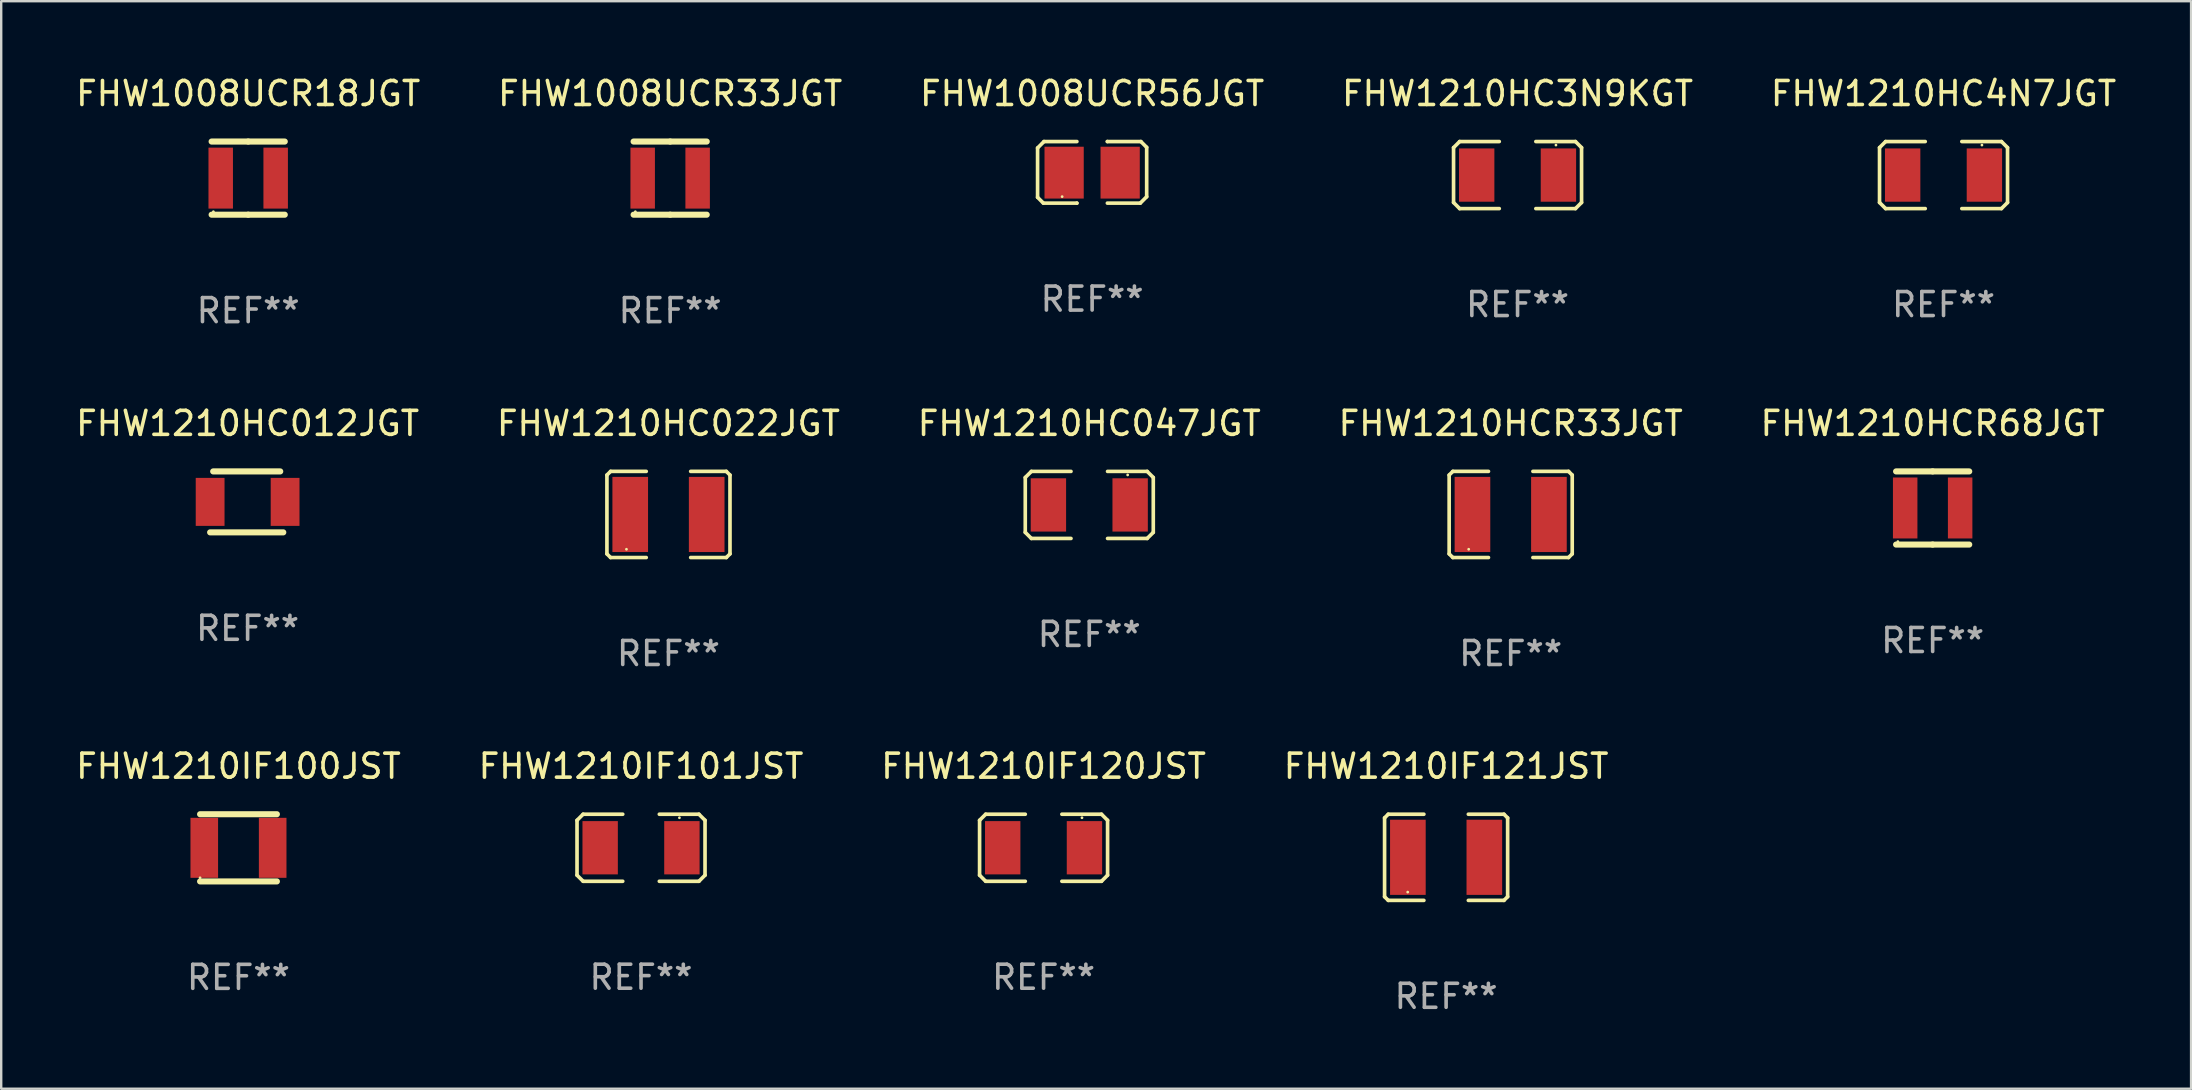
<source format=kicad_pcb>
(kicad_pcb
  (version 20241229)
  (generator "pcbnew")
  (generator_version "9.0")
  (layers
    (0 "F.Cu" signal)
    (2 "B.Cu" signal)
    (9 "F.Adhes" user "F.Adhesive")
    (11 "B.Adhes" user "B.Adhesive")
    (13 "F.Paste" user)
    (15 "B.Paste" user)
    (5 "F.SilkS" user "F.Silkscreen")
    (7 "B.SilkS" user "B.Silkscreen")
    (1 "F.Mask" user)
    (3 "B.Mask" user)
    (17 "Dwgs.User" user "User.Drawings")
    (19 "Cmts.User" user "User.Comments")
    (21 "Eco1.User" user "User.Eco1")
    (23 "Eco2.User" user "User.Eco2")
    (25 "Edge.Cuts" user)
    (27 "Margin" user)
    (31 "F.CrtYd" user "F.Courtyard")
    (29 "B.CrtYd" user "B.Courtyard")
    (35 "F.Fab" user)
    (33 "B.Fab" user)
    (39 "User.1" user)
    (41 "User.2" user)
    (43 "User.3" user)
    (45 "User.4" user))
  (footprint "FHW1210HC4N7JGT"
    (layer "F.Cu")
    (at 77.935 4.245)
    (property "Reference" "FHW1210HC4N7JGT" (at 0 -3.397 0) (layer "F.SilkS") (effects (font (size 1 1) (thickness 0.15))))
    (attr through_hole)
    (fp_line (start -2.667 -1.143) (end -2.413 -1.397) (stroke (width 0.152) (type solid)) (layer "F.SilkS"))
    (fp_line (start -2.667 1.143) (end -2.667 -1.143) (stroke (width 0.152) (type solid)) (layer "F.SilkS"))
    (fp_line (start -2.413 -1.397) (end -0.762 -1.397) (stroke (width 0.152) (type solid)) (layer "F.SilkS"))
    (fp_line (start -2.413 1.397) (end -2.667 1.143) (stroke (width 0.152) (type solid)) (layer "F.SilkS"))
    (fp_line (start -0.762 1.397) (end -2.413 1.397) (stroke (width 0.152) (type solid)) (layer "F.SilkS"))
    (fp_line (start 0.762 -1.397) (end 2.413 -1.397) (stroke (width 0.152) (type solid)) (layer "F.SilkS"))
    (fp_line (start 2.413 -1.397) (end 2.667 -1.143) (stroke (width 0.152) (type solid)) (layer "F.SilkS"))
    (fp_line (start 2.413 1.397) (end 0.762 1.397) (stroke (width 0.152) (type solid)) (layer "F.SilkS"))
    (fp_line (start 2.667 -1.143) (end 2.667 1.143) (stroke (width 0.152) (type solid)) (layer "F.SilkS"))
    (fp_line (start 2.667 1.143) (end 2.413 1.397) (stroke (width 0.152) (type solid)) (layer "F.SilkS"))
    (fp_circle (center 1.6 -1.25) (end 1.63 -1.25) (stroke (width 0.06) (type solid)) (fill no) (layer "F.SilkS"))
    (fp_text user "REF**" (at 0 5.397 0) (layer "F.Fab") (effects (font (size 1 1) (thickness 0.15))))
    (pad "1" smd rect (at 1.703 0) (size 1.474 2.22) (layers "F.Cu" "F.Mask" "F.Paste"))
    (pad "2" smd rect (at -1.703 0) (size 1.474 2.22) (layers "F.Cu" "F.Mask" "F.Paste")))
  (footprint "FHW1210IF121JST"
    (layer "F.Cu")
    (at 57.208 32.673)
    (property "Reference" "FHW1210IF121JST" (at 0 -3.795 0) (layer "F.SilkS") (effects (font (size 1 1) (thickness 0.15))))
    (attr through_hole)
    (fp_line (start -2.564 -1.642) (end -2.564 1.642) (stroke (width 0.152) (type solid)) (layer "F.SilkS"))
    (fp_line (start -2.564 1.642) (end -2.411 1.795) (stroke (width 0.152) (type solid)) (layer "F.SilkS"))
    (fp_line (start -2.411 -1.795) (end -2.564 -1.642) (stroke (width 0.152) (type solid)) (layer "F.SilkS"))
    (fp_line (start -2.411 1.795) (end -0.926 1.795) (stroke (width 0.152) (type solid)) (layer "F.SilkS"))
    (fp_line (start -0.926 -1.795) (end -2.411 -1.795) (stroke (width 0.152) (type solid)) (layer "F.SilkS"))
    (fp_line (start 0.926 -1.795) (end 2.411 -1.795) (stroke (width 0.152) (type solid)) (layer "F.SilkS"))
    (fp_line (start 2.411 -1.795) (end 2.564 -1.642) (stroke (width 0.152) (type solid)) (layer "F.SilkS"))
    (fp_line (start 2.411 1.795) (end 0.926 1.795) (stroke (width 0.152) (type solid)) (layer "F.SilkS"))
    (fp_line (start 2.564 -1.642) (end 2.564 1.642) (stroke (width 0.152) (type solid)) (layer "F.SilkS"))
    (fp_line (start 2.564 1.642) (end 2.411 1.795) (stroke (width 0.152) (type solid)) (layer "F.SilkS"))
    (fp_circle (center -1.6 1.45) (end -1.57 1.45) (stroke (width 0.06) (type solid)) (fill no) (layer "F.SilkS"))
    (fp_text user "REF**" (at 0 5.795 0) (layer "F.Fab") (effects (font (size 1 1) (thickness 0.15))))
    (pad "1" smd rect (at -1.593 0) (size 1.485 3.132) (layers "F.Cu" "F.Mask" "F.Paste"))
    (pad "2" smd rect (at 1.593 0) (size 1.485 3.132) (layers "F.Cu" "F.Mask" "F.Paste")))
  (footprint "FHW1008UCR33JGT"
    (layer "F.Cu")
    (at 24.875 4.372)
    (property "Reference" "FHW1008UCR33JGT" (at 0 -3.524 0) (layer "F.SilkS") (effects (font (size 1 1) (thickness 0.15))))
    (attr through_hole)
    (fp_line (start -1.524 -1.524) (end 0 -1.524) (stroke (width 0.254) (type solid)) (layer "F.SilkS"))
    (fp_line (start 0 -1.524) (end 1.524 -1.524) (stroke (width 0.254) (type solid)) (layer "F.SilkS"))
    (fp_line (start 0 1.524) (end -1.524 1.524) (stroke (width 0.254) (type solid)) (layer "F.SilkS"))
    (fp_line (start 1.524 1.524) (end 0 1.524) (stroke (width 0.254) (type solid)) (layer "F.SilkS"))
    (fp_circle (center -1.45 1.4) (end -1.42 1.4) (stroke (width 0.06) (type solid)) (fill no) (layer "F.SilkS"))
    (fp_text user "REF**" (at 0 5.524 0) (layer "F.Fab") (effects (font (size 1 1) (thickness 0.15))))
    (pad "1" smd rect (at -1.145 0) (size 1.02 2.54) (layers "F.Cu" "F.Mask" "F.Paste"))
    (pad "2" smd rect (at 1.145 0) (size 1.02 2.54) (layers "F.Cu" "F.Mask" "F.Paste")))
  (footprint "FHW1210HCR33JGT"
    (layer "F.Cu")
    (at 59.899 18.387)
    (property "Reference" "FHW1210HCR33JGT" (at 0 -3.795 0) (layer "F.SilkS") (effects (font (size 1 1) (thickness 0.15))))
    (attr through_hole)
    (fp_line (start -2.564 -1.642) (end -2.564 1.642) (stroke (width 0.152) (type solid)) (layer "F.SilkS"))
    (fp_line (start -2.564 1.642) (end -2.411 1.795) (stroke (width 0.152) (type solid)) (layer "F.SilkS"))
    (fp_line (start -2.411 -1.795) (end -2.564 -1.642) (stroke (width 0.152) (type solid)) (layer "F.SilkS"))
    (fp_line (start -2.411 1.795) (end -0.926 1.795) (stroke (width 0.152) (type solid)) (layer "F.SilkS"))
    (fp_line (start -0.926 -1.795) (end -2.411 -1.795) (stroke (width 0.152) (type solid)) (layer "F.SilkS"))
    (fp_line (start 0.926 -1.795) (end 2.411 -1.795) (stroke (width 0.152) (type solid)) (layer "F.SilkS"))
    (fp_line (start 2.411 -1.795) (end 2.564 -1.642) (stroke (width 0.152) (type solid)) (layer "F.SilkS"))
    (fp_line (start 2.411 1.795) (end 0.926 1.795) (stroke (width 0.152) (type solid)) (layer "F.SilkS"))
    (fp_line (start 2.564 -1.642) (end 2.564 1.642) (stroke (width 0.152) (type solid)) (layer "F.SilkS"))
    (fp_line (start 2.564 1.642) (end 2.411 1.795) (stroke (width 0.152) (type solid)) (layer "F.SilkS"))
    (fp_circle (center -1.75 1.45) (end -1.72 1.45) (stroke (width 0.06) (type solid)) (fill no) (layer "F.SilkS"))
    (fp_text user "REF**" (at 0 5.795 0) (layer "F.Fab") (effects (font (size 1 1) (thickness 0.15))))
    (pad "1" smd rect (at -1.593 0.000076) (size 1.485 3.132) (layers "F.Cu" "F.Mask" "F.Paste"))
    (pad "2" smd rect (at 1.593 0.000076) (size 1.485 3.132) (layers "F.Cu" "F.Mask" "F.Paste")))
  (footprint "FHW1210IF120JST"
    (layer "F.Cu")
    (at 40.435 32.275)
    (property "Reference" "FHW1210IF120JST" (at 0 -3.397 0) (layer "F.SilkS") (effects (font (size 1 1) (thickness 0.15))))
    (attr through_hole)
    (fp_line (start -2.667 -1.143) (end -2.413 -1.397) (stroke (width 0.152) (type solid)) (layer "F.SilkS"))
    (fp_line (start -2.667 1.143) (end -2.667 -1.143) (stroke (width 0.152) (type solid)) (layer "F.SilkS"))
    (fp_line (start -2.413 -1.397) (end -0.762 -1.397) (stroke (width 0.152) (type solid)) (layer "F.SilkS"))
    (fp_line (start -2.413 1.397) (end -2.667 1.143) (stroke (width 0.152) (type solid)) (layer "F.SilkS"))
    (fp_line (start -0.762 1.397) (end -2.413 1.397) (stroke (width 0.152) (type solid)) (layer "F.SilkS"))
    (fp_line (start 0.762 -1.397) (end 2.413 -1.397) (stroke (width 0.152) (type solid)) (layer "F.SilkS"))
    (fp_line (start 2.413 -1.397) (end 2.667 -1.143) (stroke (width 0.152) (type solid)) (layer "F.SilkS"))
    (fp_line (start 2.413 1.397) (end 0.762 1.397) (stroke (width 0.152) (type solid)) (layer "F.SilkS"))
    (fp_line (start 2.667 -1.143) (end 2.667 1.143) (stroke (width 0.152) (type solid)) (layer "F.SilkS"))
    (fp_line (start 2.667 1.143) (end 2.413 1.397) (stroke (width 0.152) (type solid)) (layer "F.SilkS"))
    (fp_circle (center 1.6 -1.25) (end 1.63 -1.25) (stroke (width 0.06) (type solid)) (fill no) (layer "F.SilkS"))
    (fp_text user "REF**" (at 0 5.397 0) (layer "F.Fab") (effects (font (size 1 1) (thickness 0.15))))
    (pad "1" smd rect (at 1.703 0) (size 1.474 2.22) (layers "F.Cu" "F.Mask" "F.Paste"))
    (pad "2" smd rect (at -1.703 0) (size 1.474 2.22) (layers "F.Cu" "F.Mask" "F.Paste")))
  (footprint "FHW1210HC047JGT"
    (layer "F.Cu")
    (at 42.339 17.99)
    (property "Reference" "FHW1210HC047JGT" (at 0 -3.397 0) (layer "F.SilkS") (effects (font (size 1 1) (thickness 0.15))))
    (attr through_hole)
    (fp_line (start -2.667 -1.143) (end -2.413 -1.397) (stroke (width 0.152) (type solid)) (layer "F.SilkS"))
    (fp_line (start -2.667 1.143) (end -2.667 -1.143) (stroke (width 0.152) (type solid)) (layer "F.SilkS"))
    (fp_line (start -2.413 -1.397) (end -0.762 -1.397) (stroke (width 0.152) (type solid)) (layer "F.SilkS"))
    (fp_line (start -2.413 1.397) (end -2.667 1.143) (stroke (width 0.152) (type solid)) (layer "F.SilkS"))
    (fp_line (start -0.762 1.397) (end -2.413 1.397) (stroke (width 0.152) (type solid)) (layer "F.SilkS"))
    (fp_line (start 0.762 -1.397) (end 2.413 -1.397) (stroke (width 0.152) (type solid)) (layer "F.SilkS"))
    (fp_line (start 2.413 -1.397) (end 2.667 -1.143) (stroke (width 0.152) (type solid)) (layer "F.SilkS"))
    (fp_line (start 2.413 1.397) (end 0.762 1.397) (stroke (width 0.152) (type solid)) (layer "F.SilkS"))
    (fp_line (start 2.667 -1.143) (end 2.667 1.143) (stroke (width 0.152) (type solid)) (layer "F.SilkS"))
    (fp_line (start 2.667 1.143) (end 2.413 1.397) (stroke (width 0.152) (type solid)) (layer "F.SilkS"))
    (fp_circle (center 1.6 -1.25) (end 1.63 -1.25) (stroke (width 0.06) (type solid)) (fill no) (layer "F.SilkS"))
    (fp_text user "REF**" (at 0 5.397 0) (layer "F.Fab") (effects (font (size 1 1) (thickness 0.15))))
    (pad "1" smd rect (at 1.703 0) (size 1.474 2.22) (layers "F.Cu" "F.Mask" "F.Paste"))
    (pad "2" smd rect (at -1.703 0) (size 1.474 2.22) (layers "F.Cu" "F.Mask" "F.Paste")))
  (footprint "FHW1210HCR68JGT"
    (layer "F.Cu")
    (at 77.482 18.117)
    (property "Reference" "FHW1210HCR68JGT" (at 0 -3.524 0) (layer "F.SilkS") (effects (font (size 1 1) (thickness 0.15))))
    (attr through_hole)
    (fp_line (start -1.524 -1.524) (end 0 -1.524) (stroke (width 0.254) (type solid)) (layer "F.SilkS"))
    (fp_line (start 0 -1.524) (end 1.524 -1.524) (stroke (width 0.254) (type solid)) (layer "F.SilkS"))
    (fp_line (start 0 1.524) (end -1.524 1.524) (stroke (width 0.254) (type solid)) (layer "F.SilkS"))
    (fp_line (start 1.524 1.524) (end 0 1.524) (stroke (width 0.254) (type solid)) (layer "F.SilkS"))
    (fp_circle (center -1.45 1.4) (end -1.42 1.4) (stroke (width 0.06) (type solid)) (fill no) (layer "F.SilkS"))
    (fp_text user "REF**" (at 0 5.524 0) (layer "F.Fab") (effects (font (size 1 1) (thickness 0.15))))
    (pad "1" smd rect (at -1.145 0) (size 1.02 2.54) (layers "F.Cu" "F.Mask" "F.Paste"))
    (pad "2" smd rect (at 1.145 0) (size 1.02 2.54) (layers "F.Cu" "F.Mask" "F.Paste")))
  (footprint "FHW1008UCR56JGT"
    (layer "F.Cu")
    (at 42.458 4.131)
    (property "Reference" "FHW1008UCR56JGT" (at 0 -3.283 0) (layer "F.SilkS") (effects (font (size 1 1) (thickness 0.15))))
    (attr through_hole)
    (fp_line (start -2.273 -1.016) (end -2.007 -1.283) (stroke (width 0.152) (type solid)) (layer "F.SilkS"))
    (fp_line (start -2.273 1.041) (end -2.273 -1.016) (stroke (width 0.152) (type solid)) (layer "F.SilkS"))
    (fp_line (start -2.032 1.283) (end -2.273 1.041) (stroke (width 0.152) (type solid)) (layer "F.SilkS"))
    (fp_line (start -2.007 -1.283) (end -0.635 -1.283) (stroke (width 0.152) (type solid)) (layer "F.SilkS"))
    (fp_line (start -0.635 1.283) (end -2.032 1.283) (stroke (width 0.152) (type solid)) (layer "F.SilkS"))
    (fp_line (start -0.635 1.283) (end -0.635 1.283) (stroke (width 0.152) (type solid)) (layer "F.SilkS"))
    (fp_line (start 0.635 -1.283) (end 0.635 -1.283) (stroke (width 0.152) (type solid)) (layer "F.SilkS"))
    (fp_line (start 0.635 -1.283) (end 2.032 -1.283) (stroke (width 0.152) (type solid)) (layer "F.SilkS"))
    (fp_line (start 2.007 1.283) (end 0.635 1.283) (stroke (width 0.152) (type solid)) (layer "F.SilkS"))
    (fp_line (start 2.032 -1.283) (end 2.273 -1.041) (stroke (width 0.152) (type solid)) (layer "F.SilkS"))
    (fp_line (start 2.273 -1.041) (end 2.273 1.016) (stroke (width 0.152) (type solid)) (layer "F.SilkS"))
    (fp_line (start 2.273 1.016) (end 2.007 1.283) (stroke (width 0.152) (type solid)) (layer "F.SilkS"))
    (fp_circle (center -1.25 1.013) (end -1.22 1.013) (stroke (width 0.06) (type solid)) (fill no) (layer "F.SilkS"))
    (fp_text user "REF**" (at 0 5.283 0) (layer "F.Fab") (effects (font (size 1 1) (thickness 0.15))))
    (pad "1" smd rect (at -1.167 0.013) (size 1.635 2.16) (layers "F.Cu" "F.Mask" "F.Paste"))
    (pad "2" smd rect (at 1.168 0.013) (size 1.635 2.16) (layers "F.Cu" "F.Mask" "F.Paste")))
  (footprint "FHW1008UCR18JGT"
    (layer "F.Cu")
    (at 7.292 4.372)
    (property "Reference" "FHW1008UCR18JGT" (at 0 -3.524 0) (layer "F.SilkS") (effects (font (size 1 1) (thickness 0.15))))
    (attr through_hole)
    (fp_line (start -1.524 -1.524) (end 0 -1.524) (stroke (width 0.254) (type solid)) (layer "F.SilkS"))
    (fp_line (start 0 -1.524) (end 1.524 -1.524) (stroke (width 0.254) (type solid)) (layer "F.SilkS"))
    (fp_line (start 0 1.524) (end -1.524 1.524) (stroke (width 0.254) (type solid)) (layer "F.SilkS"))
    (fp_line (start 1.524 1.524) (end 0 1.524) (stroke (width 0.254) (type solid)) (layer "F.SilkS"))
    (fp_circle (center -1.45 1.4) (end -1.42 1.4) (stroke (width 0.06) (type solid)) (fill no) (layer "F.SilkS"))
    (fp_text user "REF**" (at 0 5.524 0) (layer "F.Fab") (effects (font (size 1 1) (thickness 0.15))))
    (pad "1" smd rect (at -1.145 0) (size 1.02 2.54) (layers "F.Cu" "F.Mask" "F.Paste"))
    (pad "2" smd rect (at 1.145 0) (size 1.02 2.54) (layers "F.Cu" "F.Mask" "F.Paste")))
  (footprint "FHW1210IF100JST"
    (layer "F.Cu")
    (at 6.887 32.278)
    (property "Reference" "FHW1210IF100JST" (at 0 -3.4 0) (layer "F.SilkS") (effects (font (size 1 1) (thickness 0.15))))
    (attr through_hole)
    (fp_line (start -1.6 -1.4) (end 1.6 -1.4) (stroke (width 0.254) (type solid)) (layer "F.SilkS"))
    (fp_line (start -1.6 1.4) (end 1.6 1.4) (stroke (width 0.254) (type solid)) (layer "F.SilkS"))
    (fp_circle (center -1.6 1.25) (end -1.57 1.25) (stroke (width 0.06) (type solid)) (fill no) (layer "F.SilkS"))
    (fp_text user "REF**" (at 0 5.4 0) (layer "F.Fab") (effects (font (size 1 1) (thickness 0.15))))
    (pad "1" smd rect (at -1.425 0 90) (size 2.5 1.15) (layers "F.Cu" "F.Mask" "F.Paste"))
    (pad "2" smd rect (at 1.425 0 90) (size 2.5 1.15) (layers "F.Cu" "F.Mask" "F.Paste")))
  (footprint "FHW1210HC3N9KGT"
    (layer "F.Cu")
    (at 60.185 4.245)
    (property "Reference" "FHW1210HC3N9KGT" (at 0 -3.397 0) (layer "F.SilkS") (effects (font (size 1 1) (thickness 0.15))))
    (attr through_hole)
    (fp_line (start -2.667 -1.143) (end -2.413 -1.397) (stroke (width 0.152) (type solid)) (layer "F.SilkS"))
    (fp_line (start -2.667 1.143) (end -2.667 -1.143) (stroke (width 0.152) (type solid)) (layer "F.SilkS"))
    (fp_line (start -2.413 -1.397) (end -0.762 -1.397) (stroke (width 0.152) (type solid)) (layer "F.SilkS"))
    (fp_line (start -2.413 1.397) (end -2.667 1.143) (stroke (width 0.152) (type solid)) (layer "F.SilkS"))
    (fp_line (start -0.762 1.397) (end -2.413 1.397) (stroke (width 0.152) (type solid)) (layer "F.SilkS"))
    (fp_line (start 0.762 -1.397) (end 2.413 -1.397) (stroke (width 0.152) (type solid)) (layer "F.SilkS"))
    (fp_line (start 2.413 -1.397) (end 2.667 -1.143) (stroke (width 0.152) (type solid)) (layer "F.SilkS"))
    (fp_line (start 2.413 1.397) (end 0.762 1.397) (stroke (width 0.152) (type solid)) (layer "F.SilkS"))
    (fp_line (start 2.667 -1.143) (end 2.667 1.143) (stroke (width 0.152) (type solid)) (layer "F.SilkS"))
    (fp_line (start 2.667 1.143) (end 2.413 1.397) (stroke (width 0.152) (type solid)) (layer "F.SilkS"))
    (fp_circle (center 1.6 -1.25) (end 1.63 -1.25) (stroke (width 0.06) (type solid)) (fill no) (layer "F.SilkS"))
    (fp_text user "REF**" (at 0 5.397 0) (layer "F.Fab") (effects (font (size 1 1) (thickness 0.15))))
    (pad "1" smd rect (at 1.703 0) (size 1.474 2.22) (layers "F.Cu" "F.Mask" "F.Paste"))
    (pad "2" smd rect (at -1.703 0) (size 1.474 2.22) (layers "F.Cu" "F.Mask" "F.Paste")))
  (footprint "FHW1210HC022JGT"
    (layer "F.Cu")
    (at 24.804 18.387)
    (property "Reference" "FHW1210HC022JGT" (at 0 -3.795 0) (layer "F.SilkS") (effects (font (size 1 1) (thickness 0.15))))
    (attr through_hole)
    (fp_line (start -2.564 -1.642) (end -2.564 1.642) (stroke (width 0.152) (type solid)) (layer "F.SilkS"))
    (fp_line (start -2.564 1.642) (end -2.411 1.795) (stroke (width 0.152) (type solid)) (layer "F.SilkS"))
    (fp_line (start -2.411 -1.795) (end -2.564 -1.642) (stroke (width 0.152) (type solid)) (layer "F.SilkS"))
    (fp_line (start -2.411 1.795) (end -0.926 1.795) (stroke (width 0.152) (type solid)) (layer "F.SilkS"))
    (fp_line (start -0.926 -1.795) (end -2.411 -1.795) (stroke (width 0.152) (type solid)) (layer "F.SilkS"))
    (fp_line (start 0.926 -1.795) (end 2.411 -1.795) (stroke (width 0.152) (type solid)) (layer "F.SilkS"))
    (fp_line (start 2.411 -1.795) (end 2.564 -1.642) (stroke (width 0.152) (type solid)) (layer "F.SilkS"))
    (fp_line (start 2.411 1.795) (end 0.926 1.795) (stroke (width 0.152) (type solid)) (layer "F.SilkS"))
    (fp_line (start 2.564 -1.642) (end 2.564 1.642) (stroke (width 0.152) (type solid)) (layer "F.SilkS"))
    (fp_line (start 2.564 1.642) (end 2.411 1.795) (stroke (width 0.152) (type solid)) (layer "F.SilkS"))
    (fp_circle (center -1.75 1.45) (end -1.72 1.45) (stroke (width 0.06) (type solid)) (fill no) (layer "F.SilkS"))
    (fp_text user "REF**" (at 0 5.795 0) (layer "F.Fab") (effects (font (size 1 1) (thickness 0.15))))
    (pad "1" smd rect (at -1.593 0.000076) (size 1.485 3.132) (layers "F.Cu" "F.Mask" "F.Paste"))
    (pad "2" smd rect (at 1.593 0.000076) (size 1.485 3.132) (layers "F.Cu" "F.Mask" "F.Paste")))
  (footprint "FHW1210IF101JST"
    (layer "F.Cu")
    (at 23.661 32.275)
    (property "Reference" "FHW1210IF101JST" (at 0 -3.397 0) (layer "F.SilkS") (effects (font (size 1 1) (thickness 0.15))))
    (attr through_hole)
    (fp_line (start -2.667 -1.143) (end -2.413 -1.397) (stroke (width 0.152) (type solid)) (layer "F.SilkS"))
    (fp_line (start -2.667 1.143) (end -2.667 -1.143) (stroke (width 0.152) (type solid)) (layer "F.SilkS"))
    (fp_line (start -2.413 -1.397) (end -0.762 -1.397) (stroke (width 0.152) (type solid)) (layer "F.SilkS"))
    (fp_line (start -2.413 1.397) (end -2.667 1.143) (stroke (width 0.152) (type solid)) (layer "F.SilkS"))
    (fp_line (start -0.762 1.397) (end -2.413 1.397) (stroke (width 0.152) (type solid)) (layer "F.SilkS"))
    (fp_line (start 0.762 -1.397) (end 2.413 -1.397) (stroke (width 0.152) (type solid)) (layer "F.SilkS"))
    (fp_line (start 2.413 -1.397) (end 2.667 -1.143) (stroke (width 0.152) (type solid)) (layer "F.SilkS"))
    (fp_line (start 2.413 1.397) (end 0.762 1.397) (stroke (width 0.152) (type solid)) (layer "F.SilkS"))
    (fp_line (start 2.667 -1.143) (end 2.667 1.143) (stroke (width 0.152) (type solid)) (layer "F.SilkS"))
    (fp_line (start 2.667 1.143) (end 2.413 1.397) (stroke (width 0.152) (type solid)) (layer "F.SilkS"))
    (fp_circle (center 1.6 -1.25) (end 1.63 -1.25) (stroke (width 0.06) (type solid)) (fill no) (layer "F.SilkS"))
    (fp_text user "REF**" (at 0 5.397 0) (layer "F.Fab") (effects (font (size 1 1) (thickness 0.15))))
    (pad "1" smd rect (at 1.703 0) (size 1.474 2.22) (layers "F.Cu" "F.Mask" "F.Paste"))
    (pad "2" smd rect (at -1.703 0) (size 1.474 2.22) (layers "F.Cu" "F.Mask" "F.Paste")))
  (footprint "FHW1210HC012JGT"
    (layer "F.Cu")
    (at 7.268 17.863)
    (property "Reference" "FHW1210HC012JGT" (at 0 -3.27 0) (layer "F.SilkS") (effects (font (size 1 1) (thickness 0.15))))
    (attr through_hole)
    (fp_line (start -1.562 1.27) (end 1.486 1.27) (stroke (width 0.254) (type solid)) (layer "F.SilkS"))
    (fp_line (start -1.435 -1.27) (end 1.359 -1.27) (stroke (width 0.254) (type solid)) (layer "F.SilkS"))
    (fp_circle (center -1.6 1.25) (end -1.57 1.25) (stroke (width 0.06) (type solid)) (fill no) (layer "F.SilkS"))
    (fp_text user "REF**" (at 0 5.27 0) (layer "F.Fab") (effects (font (size 1 1) (thickness 0.15))))
    (pad "1" smd rect (at -1.562 0 180) (size 1.2 2) (layers "F.Cu" "F.Mask" "F.Paste"))
    (pad "2" smd rect (at 1.562 0 180) (size 1.2 2) (layers "F.Cu" "F.Mask" "F.Paste")))
  (gr_rect
    (start -3 -3)
    (end 88.25 42.316)
    (stroke (width 0.1) (type default))
    (fill no)
    (layer "Edge.Cuts")))
</source>
